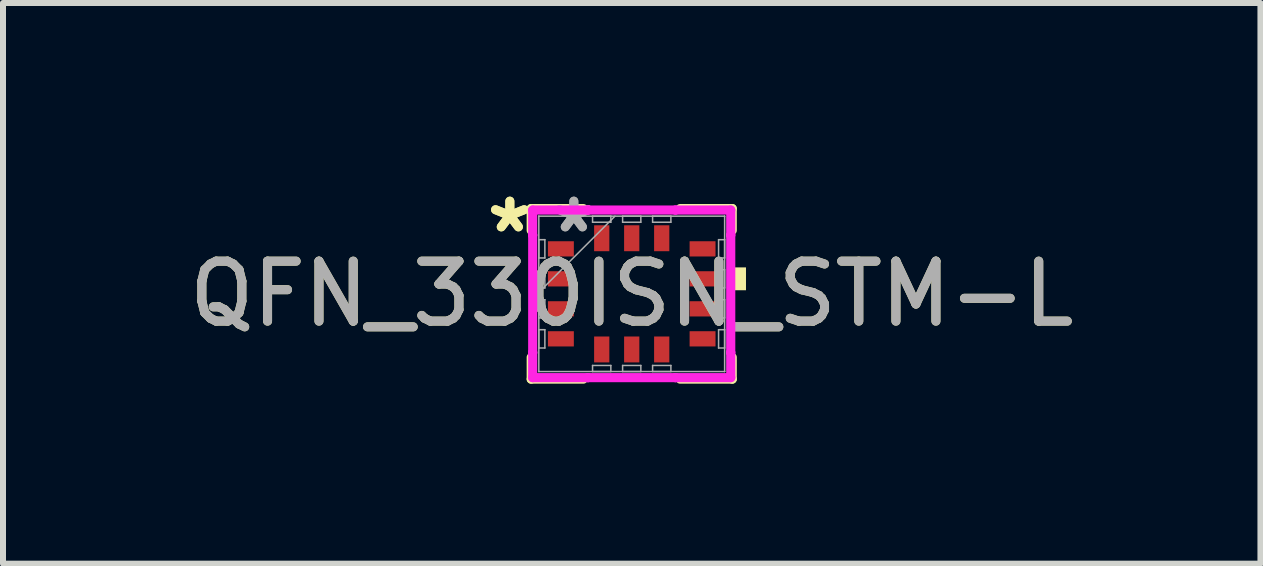
<source format=kicad_pcb>
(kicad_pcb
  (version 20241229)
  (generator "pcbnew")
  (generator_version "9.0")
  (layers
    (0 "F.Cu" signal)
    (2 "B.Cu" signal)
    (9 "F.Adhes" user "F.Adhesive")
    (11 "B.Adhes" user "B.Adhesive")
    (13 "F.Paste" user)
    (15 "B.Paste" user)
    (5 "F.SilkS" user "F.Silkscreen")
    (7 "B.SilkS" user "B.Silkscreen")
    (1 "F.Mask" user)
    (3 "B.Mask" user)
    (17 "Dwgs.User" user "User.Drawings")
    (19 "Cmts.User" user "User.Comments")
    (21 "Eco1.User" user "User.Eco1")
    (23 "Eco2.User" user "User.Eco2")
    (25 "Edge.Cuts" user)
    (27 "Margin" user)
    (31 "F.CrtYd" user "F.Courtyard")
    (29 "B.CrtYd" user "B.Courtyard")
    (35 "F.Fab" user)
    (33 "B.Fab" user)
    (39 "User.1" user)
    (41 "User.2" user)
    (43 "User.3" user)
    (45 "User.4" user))
  (footprint "QFN_330ISN_STM-L"
    (layer "F.Cu")
    (at 7.482 1.849)
    (property "Reference" "QFN_330ISN_STM-L" (at 0 0 0) (unlocked yes) (layer "F.SilkS") (effects (font (size 1 1) (thickness 0.15))))
    (attr smd)
    (fp_line (start -1.676 -1.422) (end -1.676 -1.058) (stroke (width 0.152) (type solid)) (layer "F.SilkS"))
    (fp_line (start -1.676 1.058) (end -1.676 1.422) (stroke (width 0.152) (type solid)) (layer "F.SilkS"))
    (fp_line (start -1.676 1.422) (end -0.808 1.422) (stroke (width 0.152) (type solid)) (layer "F.SilkS"))
    (fp_line (start -0.808 -1.422) (end -1.676 -1.422) (stroke (width 0.152) (type solid)) (layer "F.SilkS"))
    (fp_line (start 0.808 1.422) (end 1.676 1.422) (stroke (width 0.152) (type solid)) (layer "F.SilkS"))
    (fp_line (start 1.676 -1.422) (end 0.808 -1.422) (stroke (width 0.152) (type solid)) (layer "F.SilkS"))
    (fp_line (start 1.676 -1.058) (end 1.676 -1.422) (stroke (width 0.152) (type solid)) (layer "F.SilkS"))
    (fp_line (start 1.676 1.422) (end 1.676 1.058) (stroke (width 0.152) (type solid)) (layer "F.SilkS"))
    (fp_poly (pts (xy 1.905 -0.441) (xy 1.905 -0.06) (xy 1.651 -0.06) (xy 1.651 -0.441)) (stroke (width 0) (type solid)) (fill yes) (layer "F.SilkS"))
    (fp_line (start -1.651 -1.397) (end -0.729 -1.397) (stroke (width 0.152) (type solid)) (layer "F.CrtYd"))
    (fp_line (start -1.651 -0.979) (end -1.651 -1.397) (stroke (width 0.152) (type solid)) (layer "F.CrtYd"))
    (fp_line (start -1.651 -0.979) (end -1.651 -0.979) (stroke (width 0.152) (type solid)) (layer "F.CrtYd"))
    (fp_line (start -1.651 0.979) (end -1.651 -0.979) (stroke (width 0.152) (type solid)) (layer "F.CrtYd"))
    (fp_line (start -1.651 0.979) (end -1.651 0.979) (stroke (width 0.152) (type solid)) (layer "F.CrtYd"))
    (fp_line (start -1.651 1.397) (end -1.651 0.979) (stroke (width 0.152) (type solid)) (layer "F.CrtYd"))
    (fp_line (start -0.729 -1.397) (end -0.729 -1.397) (stroke (width 0.152) (type solid)) (layer "F.CrtYd"))
    (fp_line (start -0.729 -1.397) (end 0.729 -1.397) (stroke (width 0.152) (type solid)) (layer "F.CrtYd"))
    (fp_line (start -0.729 1.397) (end -1.651 1.397) (stroke (width 0.152) (type solid)) (layer "F.CrtYd"))
    (fp_line (start -0.729 1.397) (end -0.729 1.397) (stroke (width 0.152) (type solid)) (layer "F.CrtYd"))
    (fp_line (start 0.729 -1.397) (end 0.729 -1.397) (stroke (width 0.152) (type solid)) (layer "F.CrtYd"))
    (fp_line (start 0.729 -1.397) (end 1.651 -1.397) (stroke (width 0.152) (type solid)) (layer "F.CrtYd"))
    (fp_line (start 0.729 1.397) (end -0.729 1.397) (stroke (width 0.152) (type solid)) (layer "F.CrtYd"))
    (fp_line (start 0.729 1.397) (end 0.729 1.397) (stroke (width 0.152) (type solid)) (layer "F.CrtYd"))
    (fp_line (start 1.651 -1.397) (end 1.651 -0.979) (stroke (width 0.152) (type solid)) (layer "F.CrtYd"))
    (fp_line (start 1.651 -0.979) (end 1.651 -0.979) (stroke (width 0.152) (type solid)) (layer "F.CrtYd"))
    (fp_line (start 1.651 -0.979) (end 1.651 0.979) (stroke (width 0.152) (type solid)) (layer "F.CrtYd"))
    (fp_line (start 1.651 0.979) (end 1.651 0.979) (stroke (width 0.152) (type solid)) (layer "F.CrtYd"))
    (fp_line (start 1.651 0.979) (end 1.651 1.397) (stroke (width 0.152) (type solid)) (layer "F.CrtYd"))
    (fp_line (start 1.651 1.397) (end 0.729 1.397) (stroke (width 0.152) (type solid)) (layer "F.CrtYd"))
    (fp_line (start -1.549 -1.295) (end -1.549 -1.295) (stroke (width 0.025) (type solid)) (layer "F.Fab"))
    (fp_line (start -1.549 -1.295) (end -1.549 1.295) (stroke (width 0.025) (type solid)) (layer "F.Fab"))
    (fp_line (start -1.549 -0.903) (end -1.448 -0.903) (stroke (width 0.025) (type solid)) (layer "F.Fab"))
    (fp_line (start -1.549 -0.598) (end -1.549 -0.903) (stroke (width 0.025) (type solid)) (layer "F.Fab"))
    (fp_line (start -1.549 -0.402) (end -1.448 -0.402) (stroke (width 0.025) (type solid)) (layer "F.Fab"))
    (fp_line (start -1.549 -0.098) (end -1.549 -0.402) (stroke (width 0.025) (type solid)) (layer "F.Fab"))
    (fp_line (start -1.549 -0.025) (end -0.279 -1.295) (stroke (width 0.025) (type solid)) (layer "F.Fab"))
    (fp_line (start -1.549 0.098) (end -1.448 0.098) (stroke (width 0.025) (type solid)) (layer "F.Fab"))
    (fp_line (start -1.549 0.402) (end -1.549 0.098) (stroke (width 0.025) (type solid)) (layer "F.Fab"))
    (fp_line (start -1.549 0.598) (end -1.448 0.598) (stroke (width 0.025) (type solid)) (layer "F.Fab"))
    (fp_line (start -1.549 0.903) (end -1.549 0.598) (stroke (width 0.025) (type solid)) (layer "F.Fab"))
    (fp_line (start -1.549 1.295) (end -1.549 1.295) (stroke (width 0.025) (type solid)) (layer "F.Fab"))
    (fp_line (start -1.549 1.295) (end 1.549 1.295) (stroke (width 0.025) (type solid)) (layer "F.Fab"))
    (fp_line (start -1.448 -0.903) (end -1.448 -0.598) (stroke (width 0.025) (type solid)) (layer "F.Fab"))
    (fp_line (start -1.448 -0.598) (end -1.549 -0.598) (stroke (width 0.025) (type solid)) (layer "F.Fab"))
    (fp_line (start -1.448 -0.402) (end -1.448 -0.098) (stroke (width 0.025) (type solid)) (layer "F.Fab"))
    (fp_line (start -1.448 -0.098) (end -1.549 -0.098) (stroke (width 0.025) (type solid)) (layer "F.Fab"))
    (fp_line (start -1.448 0.098) (end -1.448 0.402) (stroke (width 0.025) (type solid)) (layer "F.Fab"))
    (fp_line (start -1.448 0.402) (end -1.549 0.402) (stroke (width 0.025) (type solid)) (layer "F.Fab"))
    (fp_line (start -1.448 0.598) (end -1.448 0.903) (stroke (width 0.025) (type solid)) (layer "F.Fab"))
    (fp_line (start -1.448 0.903) (end -1.549 0.903) (stroke (width 0.025) (type solid)) (layer "F.Fab"))
    (fp_line (start -0.653 -1.295) (end -0.348 -1.295) (stroke (width 0.025) (type solid)) (layer "F.Fab"))
    (fp_line (start -0.653 -1.194) (end -0.653 -1.295) (stroke (width 0.025) (type solid)) (layer "F.Fab"))
    (fp_line (start -0.653 1.194) (end -0.348 1.194) (stroke (width 0.025) (type solid)) (layer "F.Fab"))
    (fp_line (start -0.653 1.295) (end -0.653 1.194) (stroke (width 0.025) (type solid)) (layer "F.Fab"))
    (fp_line (start -0.348 -1.295) (end -0.348 -1.194) (stroke (width 0.025) (type solid)) (layer "F.Fab"))
    (fp_line (start -0.348 -1.194) (end -0.653 -1.194) (stroke (width 0.025) (type solid)) (layer "F.Fab"))
    (fp_line (start -0.348 1.194) (end -0.348 1.295) (stroke (width 0.025) (type solid)) (layer "F.Fab"))
    (fp_line (start -0.348 1.295) (end -0.653 1.295) (stroke (width 0.025) (type solid)) (layer "F.Fab"))
    (fp_line (start -0.152 -1.295) (end 0.152 -1.295) (stroke (width 0.025) (type solid)) (layer "F.Fab"))
    (fp_line (start -0.152 -1.194) (end -0.152 -1.295) (stroke (width 0.025) (type solid)) (layer "F.Fab"))
    (fp_line (start -0.152 1.194) (end 0.152 1.194) (stroke (width 0.025) (type solid)) (layer "F.Fab"))
    (fp_line (start -0.152 1.295) (end -0.152 1.194) (stroke (width 0.025) (type solid)) (layer "F.Fab"))
    (fp_line (start 0.152 -1.295) (end 0.152 -1.194) (stroke (width 0.025) (type solid)) (layer "F.Fab"))
    (fp_line (start 0.152 -1.194) (end -0.152 -1.194) (stroke (width 0.025) (type solid)) (layer "F.Fab"))
    (fp_line (start 0.152 1.194) (end 0.152 1.295) (stroke (width 0.025) (type solid)) (layer "F.Fab"))
    (fp_line (start 0.152 1.295) (end -0.152 1.295) (stroke (width 0.025) (type solid)) (layer "F.Fab"))
    (fp_line (start 0.348 -1.295) (end 0.653 -1.295) (stroke (width 0.025) (type solid)) (layer "F.Fab"))
    (fp_line (start 0.348 -1.194) (end 0.348 -1.295) (stroke (width 0.025) (type solid)) (layer "F.Fab"))
    (fp_line (start 0.348 1.194) (end 0.653 1.194) (stroke (width 0.025) (type solid)) (layer "F.Fab"))
    (fp_line (start 0.348 1.295) (end 0.348 1.194) (stroke (width 0.025) (type solid)) (layer "F.Fab"))
    (fp_line (start 0.653 -1.295) (end 0.653 -1.194) (stroke (width 0.025) (type solid)) (layer "F.Fab"))
    (fp_line (start 0.653 -1.194) (end 0.348 -1.194) (stroke (width 0.025) (type solid)) (layer "F.Fab"))
    (fp_line (start 0.653 1.194) (end 0.653 1.295) (stroke (width 0.025) (type solid)) (layer "F.Fab"))
    (fp_line (start 0.653 1.295) (end 0.348 1.295) (stroke (width 0.025) (type solid)) (layer "F.Fab"))
    (fp_line (start 1.448 -0.903) (end 1.549 -0.903) (stroke (width 0.025) (type solid)) (layer "F.Fab"))
    (fp_line (start 1.448 -0.598) (end 1.448 -0.903) (stroke (width 0.025) (type solid)) (layer "F.Fab"))
    (fp_line (start 1.448 -0.402) (end 1.549 -0.402) (stroke (width 0.025) (type solid)) (layer "F.Fab"))
    (fp_line (start 1.448 -0.098) (end 1.448 -0.402) (stroke (width 0.025) (type solid)) (layer "F.Fab"))
    (fp_line (start 1.448 0.098) (end 1.549 0.098) (stroke (width 0.025) (type solid)) (layer "F.Fab"))
    (fp_line (start 1.448 0.402) (end 1.448 0.098) (stroke (width 0.025) (type solid)) (layer "F.Fab"))
    (fp_line (start 1.448 0.598) (end 1.549 0.598) (stroke (width 0.025) (type solid)) (layer "F.Fab"))
    (fp_line (start 1.448 0.903) (end 1.448 0.598) (stroke (width 0.025) (type solid)) (layer "F.Fab"))
    (fp_line (start 1.549 -1.295) (end -1.549 -1.295) (stroke (width 0.025) (type solid)) (layer "F.Fab"))
    (fp_line (start 1.549 -1.295) (end 1.549 -1.295) (stroke (width 0.025) (type solid)) (layer "F.Fab"))
    (fp_line (start 1.549 -0.903) (end 1.549 -0.598) (stroke (width 0.025) (type solid)) (layer "F.Fab"))
    (fp_line (start 1.549 -0.598) (end 1.448 -0.598) (stroke (width 0.025) (type solid)) (layer "F.Fab"))
    (fp_line (start 1.549 -0.402) (end 1.549 -0.098) (stroke (width 0.025) (type solid)) (layer "F.Fab"))
    (fp_line (start 1.549 -0.098) (end 1.448 -0.098) (stroke (width 0.025) (type solid)) (layer "F.Fab"))
    (fp_line (start 1.549 0.098) (end 1.549 0.402) (stroke (width 0.025) (type solid)) (layer "F.Fab"))
    (fp_line (start 1.549 0.402) (end 1.448 0.402) (stroke (width 0.025) (type solid)) (layer "F.Fab"))
    (fp_line (start 1.549 0.598) (end 1.549 0.903) (stroke (width 0.025) (type solid)) (layer "F.Fab"))
    (fp_line (start 1.549 0.903) (end 1.448 0.903) (stroke (width 0.025) (type solid)) (layer "F.Fab"))
    (fp_line (start 1.549 1.295) (end 1.549 -1.295) (stroke (width 0.025) (type solid)) (layer "F.Fab"))
    (fp_line (start 1.549 1.295) (end 1.549 1.295) (stroke (width 0.025) (type solid)) (layer "F.Fab"))
    (fp_text user "*" (at -2.032 -1 0) (unlocked yes) (layer "F.SilkS") (effects (font (size 1 1) (thickness 0.15))))
    (fp_text user "*" (at -2.032 -1 0) (layer "F.SilkS") (effects (font (size 1 1) (thickness 0.15))))
    (fp_text user "*" (at -0.965 -1 0) (unlocked yes) (layer "F.Fab") (effects (font (size 1 1) (thickness 0.15))))
    (fp_text user "${REFERENCE}" (at 0 0 0) (unlocked yes) (layer "F.Fab") (effects (font (size 1 1) (thickness 0.15))))
    (fp_text user "*" (at -0.965 -1 0) (layer "F.Fab") (effects (font (size 1 1) (thickness 0.15))))
    (pad "1" smd rect (at -1.181 -0.75 90) (size 0.254 0.432) (layers "F.Cu" "F.Mask" "F.Paste"))
    (pad "2" smd rect (at -1.181 -0.25 90) (size 0.254 0.432) (layers "F.Cu" "F.Mask" "F.Paste"))
    (pad "3" smd rect (at -1.181 0.25 90) (size 0.254 0.432) (layers "F.Cu" "F.Mask" "F.Paste"))
    (pad "4" smd rect (at -1.181 0.75 90) (size 0.254 0.432) (layers "F.Cu" "F.Mask" "F.Paste"))
    (pad "5" smd rect (at -0.5 0.927) (size 0.254 0.432) (layers "F.Cu" "F.Mask" "F.Paste"))
    (pad "6" smd rect (at 0 0.927) (size 0.254 0.432) (layers "F.Cu" "F.Mask" "F.Paste"))
    (pad "7" smd rect (at 0.5 0.927) (size 0.254 0.432) (layers "F.Cu" "F.Mask" "F.Paste"))
    (pad "8" smd rect (at 1.181 0.75 90) (size 0.254 0.432) (layers "F.Cu" "F.Mask" "F.Paste"))
    (pad "9" smd rect (at 1.181 0.25 90) (size 0.254 0.432) (layers "F.Cu" "F.Mask" "F.Paste"))
    (pad "10" smd rect (at 1.181 -0.25 90) (size 0.254 0.432) (layers "F.Cu" "F.Mask" "F.Paste"))
    (pad "11" smd rect (at 1.181 -0.75 90) (size 0.254 0.432) (layers "F.Cu" "F.Mask" "F.Paste"))
    (pad "12" smd rect (at 0.5 -0.927) (size 0.254 0.432) (layers "F.Cu" "F.Mask" "F.Paste"))
    (pad "13" smd rect (at 0 -0.927) (size 0.254 0.432) (layers "F.Cu" "F.Mask" "F.Paste"))
    (pad "14" smd rect (at -0.5 -0.927) (size 0.254 0.432) (layers "F.Cu" "F.Mask" "F.Paste")))
  (gr_rect
    (start -3 -3)
    (end 17.964 6.347)
    (stroke (width 0.1) (type default))
    (fill no)
    (layer "Edge.Cuts")))
</source>
